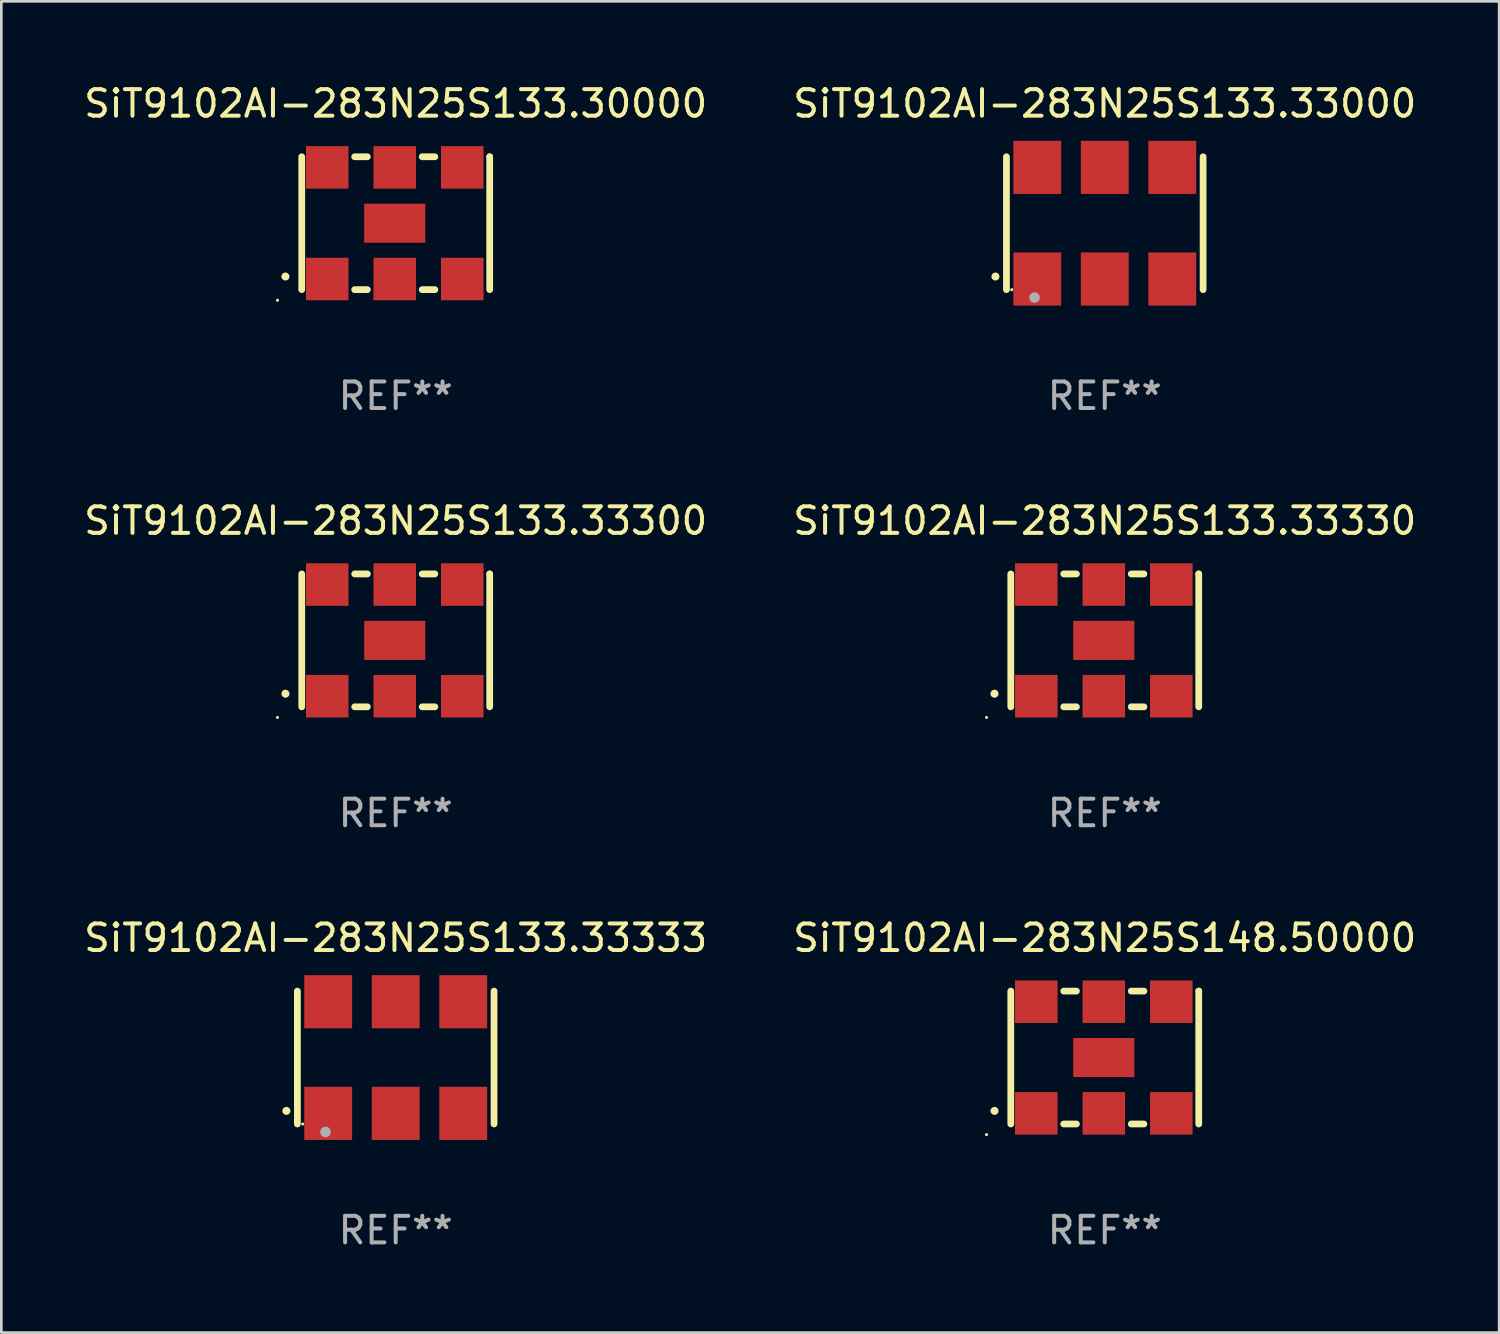
<source format=kicad_pcb>
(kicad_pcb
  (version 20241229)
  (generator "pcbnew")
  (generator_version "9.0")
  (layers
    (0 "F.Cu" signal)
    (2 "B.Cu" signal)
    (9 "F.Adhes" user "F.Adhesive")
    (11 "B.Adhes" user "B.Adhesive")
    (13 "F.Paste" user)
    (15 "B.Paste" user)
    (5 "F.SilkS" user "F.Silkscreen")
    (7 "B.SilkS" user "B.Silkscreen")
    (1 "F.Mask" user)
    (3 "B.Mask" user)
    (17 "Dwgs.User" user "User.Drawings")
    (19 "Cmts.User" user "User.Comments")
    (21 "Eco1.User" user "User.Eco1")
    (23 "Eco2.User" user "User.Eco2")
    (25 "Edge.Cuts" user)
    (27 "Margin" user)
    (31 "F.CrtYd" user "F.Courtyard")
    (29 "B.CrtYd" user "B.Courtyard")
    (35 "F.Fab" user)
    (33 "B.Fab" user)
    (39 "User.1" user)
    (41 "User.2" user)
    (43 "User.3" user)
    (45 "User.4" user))
  (footprint "SiT9102AI-283N25S133.33330"
    (layer "F.Cu")
    (at 38.518 21.045)
    (property "Reference" "SiT9102AI-283N25S133.33330" (at 0 -4.5 0) (layer "F.SilkS") (effects (font (size 1 1) (thickness 0.15))))
    (attr through_hole)
    (fp_line (start -3.536 -2.5) (end -3.536 2.5) (stroke (width 0.254) (type solid)) (layer "F.SilkS"))
    (fp_line (start -1.544 2.5) (end -1.067 2.5) (stroke (width 0.254) (type solid)) (layer "F.SilkS"))
    (fp_line (start -1.067 -2.5) (end -1.544 -2.5) (stroke (width 0.254) (type solid)) (layer "F.SilkS"))
    (fp_line (start 0.996 2.5) (end 1.473 2.5) (stroke (width 0.254) (type solid)) (layer "F.SilkS"))
    (fp_line (start 1.473 -2.5) (end 0.996 -2.5) (stroke (width 0.254) (type solid)) (layer "F.SilkS"))
    (fp_line (start 3.536 -2.5) (end 3.536 -2.5) (stroke (width 0.254) (type solid)) (layer "F.SilkS"))
    (fp_line (start 3.536 2.5) (end 3.536 -2.5) (stroke (width 0.254) (type solid)) (layer "F.SilkS"))
    (fp_arc (start -4.150432 2.006604) (mid -4.149162 2.006599) (end -4.147892 2.006604) (stroke (width 0.3) (type solid)) (layer "F.SilkS"))
    (fp_circle (center -4.449 2.9) (end -4.419 2.9) (stroke (width 0.06) (type solid)) (fill no) (layer "F.SilkS"))
    (fp_text user "REF**" (at 0 6.5 0) (layer "F.Fab") (effects (font (size 1 1) (thickness 0.15))))
    (pad "1" smd rect (at -2.576 2.1) (size 1.6 1.6) (layers "F.Cu" "F.Mask" "F.Paste"))
    (pad "2" smd rect (at -0.036 2.1) (size 1.6 1.6) (layers "F.Cu" "F.Mask" "F.Paste"))
    (pad "3" smd rect (at 2.504 2.1) (size 1.6 1.6) (layers "F.Cu" "F.Mask" "F.Paste"))
    (pad "4" smd rect (at 2.504 -2.1) (size 1.6 1.6) (layers "F.Cu" "F.Mask" "F.Paste"))
    (pad "5" smd rect (at -0.036 -2.1) (size 1.6 1.6) (layers "F.Cu" "F.Mask" "F.Paste"))
    (pad "6" smd rect (at -2.576 -2.1) (size 1.6 1.6) (layers "F.Cu" "F.Mask" "F.Paste"))
    (pad "7" smd rect (at -0.036 0) (size 2.3 1.47) (layers "F.Cu" "F.Mask" "F.Paste")))
  (footprint "SiT9102AI-283N25S133.33333"
    (layer "F.Cu")
    (at 11.839 36.741)
    (property "Reference" "SiT9102AI-283N25S133.33333" (at 0 -4.5 0) (layer "F.SilkS") (effects (font (size 1 1) (thickness 0.15))))
    (attr through_hole)
    (fp_line (start -3.7 -2.5) (end -3.7 2.5) (stroke (width 0.254) (type solid)) (layer "F.SilkS"))
    (fp_line (start 3.7 -2.5) (end 3.7 2.5) (stroke (width 0.254) (type solid)) (layer "F.SilkS"))
    (fp_arc (start -4.114415 2.006604) (mid -4.113145 2.006599) (end -4.111875 2.006604) (stroke (width 0.3) (type solid)) (layer "F.SilkS"))
    (fp_circle (center -3.5 2.501) (end -3.47 2.501) (stroke (width 0.06) (type solid)) (fill no) (layer "F.SilkS"))
    (fp_circle (center -2.641 2.799) (end -2.541 2.799) (stroke (width 0.2) (type solid)) (fill no) (layer "F.Fab"))
    (fp_text user "REF**" (at 0 6.5 0) (layer "F.Fab") (effects (font (size 1 1) (thickness 0.15))))
    (pad "1" smd rect (at -2.54 2.1) (size 1.8 2) (layers "F.Cu" "F.Mask" "F.Paste"))
    (pad "2" smd rect (at 0.000394 2.1) (size 1.8 2) (layers "F.Cu" "F.Mask" "F.Paste"))
    (pad "3" smd rect (at 2.54 2.1) (size 1.8 2) (layers "F.Cu" "F.Mask" "F.Paste"))
    (pad "4" smd rect (at 2.54 -2.1) (size 1.8 2) (layers "F.Cu" "F.Mask" "F.Paste"))
    (pad "5" smd rect (at 0.000394 -2.1) (size 1.8 2) (layers "F.Cu" "F.Mask" "F.Paste"))
    (pad "6" smd rect (at -2.54 -2.1) (size 1.8 2) (layers "F.Cu" "F.Mask" "F.Paste")))
  (footprint "SiT9102AI-283N25S133.33000"
    (layer "F.Cu")
    (at 38.518 5.348)
    (property "Reference" "SiT9102AI-283N25S133.33000" (at 0 -4.5 0) (layer "F.SilkS") (effects (font (size 1 1) (thickness 0.15))))
    (attr through_hole)
    (fp_line (start -3.7 -2.5) (end -3.7 2.5) (stroke (width 0.254) (type solid)) (layer "F.SilkS"))
    (fp_line (start 3.7 -2.5) (end 3.7 2.5) (stroke (width 0.254) (type solid)) (layer "F.SilkS"))
    (fp_arc (start -4.114415 2.006604) (mid -4.113145 2.006599) (end -4.111875 2.006604) (stroke (width 0.3) (type solid)) (layer "F.SilkS"))
    (fp_circle (center -3.5 2.501) (end -3.47 2.501) (stroke (width 0.06) (type solid)) (fill no) (layer "F.SilkS"))
    (fp_circle (center -2.641 2.799) (end -2.541 2.799) (stroke (width 0.2) (type solid)) (fill no) (layer "F.Fab"))
    (fp_text user "REF**" (at 0 6.5 0) (layer "F.Fab") (effects (font (size 1 1) (thickness 0.15))))
    (pad "1" smd rect (at -2.54 2.1) (size 1.8 2) (layers "F.Cu" "F.Mask" "F.Paste"))
    (pad "2" smd rect (at 0.000394 2.1) (size 1.8 2) (layers "F.Cu" "F.Mask" "F.Paste"))
    (pad "3" smd rect (at 2.54 2.1) (size 1.8 2) (layers "F.Cu" "F.Mask" "F.Paste"))
    (pad "4" smd rect (at 2.54 -2.1) (size 1.8 2) (layers "F.Cu" "F.Mask" "F.Paste"))
    (pad "5" smd rect (at 0.000394 -2.1) (size 1.8 2) (layers "F.Cu" "F.Mask" "F.Paste"))
    (pad "6" smd rect (at -2.54 -2.1) (size 1.8 2) (layers "F.Cu" "F.Mask" "F.Paste")))
  (footprint "SiT9102AI-283N25S133.30000"
    (layer "F.Cu")
    (at 11.839 5.348)
    (property "Reference" "SiT9102AI-283N25S133.30000" (at 0 -4.5 0) (layer "F.SilkS") (effects (font (size 1 1) (thickness 0.15))))
    (attr through_hole)
    (fp_line (start -3.536 -2.5) (end -3.536 2.5) (stroke (width 0.254) (type solid)) (layer "F.SilkS"))
    (fp_line (start -1.544 2.5) (end -1.067 2.5) (stroke (width 0.254) (type solid)) (layer "F.SilkS"))
    (fp_line (start -1.067 -2.5) (end -1.544 -2.5) (stroke (width 0.254) (type solid)) (layer "F.SilkS"))
    (fp_line (start 0.996 2.5) (end 1.473 2.5) (stroke (width 0.254) (type solid)) (layer "F.SilkS"))
    (fp_line (start 1.473 -2.5) (end 0.996 -2.5) (stroke (width 0.254) (type solid)) (layer "F.SilkS"))
    (fp_line (start 3.536 -2.5) (end 3.536 -2.5) (stroke (width 0.254) (type solid)) (layer "F.SilkS"))
    (fp_line (start 3.536 2.5) (end 3.536 -2.5) (stroke (width 0.254) (type solid)) (layer "F.SilkS"))
    (fp_arc (start -4.150432 2.006604) (mid -4.149162 2.006599) (end -4.147892 2.006604) (stroke (width 0.3) (type solid)) (layer "F.SilkS"))
    (fp_circle (center -4.449 2.9) (end -4.419 2.9) (stroke (width 0.06) (type solid)) (fill no) (layer "F.SilkS"))
    (fp_text user "REF**" (at 0 6.5 0) (layer "F.Fab") (effects (font (size 1 1) (thickness 0.15))))
    (pad "1" smd rect (at -2.576 2.1) (size 1.6 1.6) (layers "F.Cu" "F.Mask" "F.Paste"))
    (pad "2" smd rect (at -0.036 2.1) (size 1.6 1.6) (layers "F.Cu" "F.Mask" "F.Paste"))
    (pad "3" smd rect (at 2.504 2.1) (size 1.6 1.6) (layers "F.Cu" "F.Mask" "F.Paste"))
    (pad "4" smd rect (at 2.504 -2.1) (size 1.6 1.6) (layers "F.Cu" "F.Mask" "F.Paste"))
    (pad "5" smd rect (at -0.036 -2.1) (size 1.6 1.6) (layers "F.Cu" "F.Mask" "F.Paste"))
    (pad "6" smd rect (at -2.576 -2.1) (size 1.6 1.6) (layers "F.Cu" "F.Mask" "F.Paste"))
    (pad "7" smd rect (at -0.036 0) (size 2.3 1.47) (layers "F.Cu" "F.Mask" "F.Paste")))
  (footprint "SiT9102AI-283N25S133.33300"
    (layer "F.Cu")
    (at 11.839 21.045)
    (property "Reference" "SiT9102AI-283N25S133.33300" (at 0 -4.5 0) (layer "F.SilkS") (effects (font (size 1 1) (thickness 0.15))))
    (attr through_hole)
    (fp_line (start -3.536 -2.5) (end -3.536 2.5) (stroke (width 0.254) (type solid)) (layer "F.SilkS"))
    (fp_line (start -1.544 2.5) (end -1.067 2.5) (stroke (width 0.254) (type solid)) (layer "F.SilkS"))
    (fp_line (start -1.067 -2.5) (end -1.544 -2.5) (stroke (width 0.254) (type solid)) (layer "F.SilkS"))
    (fp_line (start 0.996 2.5) (end 1.473 2.5) (stroke (width 0.254) (type solid)) (layer "F.SilkS"))
    (fp_line (start 1.473 -2.5) (end 0.996 -2.5) (stroke (width 0.254) (type solid)) (layer "F.SilkS"))
    (fp_line (start 3.536 -2.5) (end 3.536 -2.5) (stroke (width 0.254) (type solid)) (layer "F.SilkS"))
    (fp_line (start 3.536 2.5) (end 3.536 -2.5) (stroke (width 0.254) (type solid)) (layer "F.SilkS"))
    (fp_arc (start -4.150432 2.006604) (mid -4.149162 2.006599) (end -4.147892 2.006604) (stroke (width 0.3) (type solid)) (layer "F.SilkS"))
    (fp_circle (center -4.449 2.9) (end -4.419 2.9) (stroke (width 0.06) (type solid)) (fill no) (layer "F.SilkS"))
    (fp_text user "REF**" (at 0 6.5 0) (layer "F.Fab") (effects (font (size 1 1) (thickness 0.15))))
    (pad "1" smd rect (at -2.576 2.1) (size 1.6 1.6) (layers "F.Cu" "F.Mask" "F.Paste"))
    (pad "2" smd rect (at -0.036 2.1) (size 1.6 1.6) (layers "F.Cu" "F.Mask" "F.Paste"))
    (pad "3" smd rect (at 2.504 2.1) (size 1.6 1.6) (layers "F.Cu" "F.Mask" "F.Paste"))
    (pad "4" smd rect (at 2.504 -2.1) (size 1.6 1.6) (layers "F.Cu" "F.Mask" "F.Paste"))
    (pad "5" smd rect (at -0.036 -2.1) (size 1.6 1.6) (layers "F.Cu" "F.Mask" "F.Paste"))
    (pad "6" smd rect (at -2.576 -2.1) (size 1.6 1.6) (layers "F.Cu" "F.Mask" "F.Paste"))
    (pad "7" smd rect (at -0.036 0) (size 2.3 1.47) (layers "F.Cu" "F.Mask" "F.Paste")))
  (footprint "SiT9102AI-283N25S148.50000"
    (layer "F.Cu")
    (at 38.518 36.741)
    (property "Reference" "SiT9102AI-283N25S148.50000" (at 0 -4.5 0) (layer "F.SilkS") (effects (font (size 1 1) (thickness 0.15))))
    (attr through_hole)
    (fp_line (start -3.536 -2.5) (end -3.536 2.5) (stroke (width 0.254) (type solid)) (layer "F.SilkS"))
    (fp_line (start -1.544 2.5) (end -1.067 2.5) (stroke (width 0.254) (type solid)) (layer "F.SilkS"))
    (fp_line (start -1.067 -2.5) (end -1.544 -2.5) (stroke (width 0.254) (type solid)) (layer "F.SilkS"))
    (fp_line (start 0.996 2.5) (end 1.473 2.5) (stroke (width 0.254) (type solid)) (layer "F.SilkS"))
    (fp_line (start 1.473 -2.5) (end 0.996 -2.5) (stroke (width 0.254) (type solid)) (layer "F.SilkS"))
    (fp_line (start 3.536 -2.5) (end 3.536 -2.5) (stroke (width 0.254) (type solid)) (layer "F.SilkS"))
    (fp_line (start 3.536 2.5) (end 3.536 -2.5) (stroke (width 0.254) (type solid)) (layer "F.SilkS"))
    (fp_arc (start -4.150432 2.006604) (mid -4.149162 2.006599) (end -4.147892 2.006604) (stroke (width 0.3) (type solid)) (layer "F.SilkS"))
    (fp_circle (center -4.449 2.9) (end -4.419 2.9) (stroke (width 0.06) (type solid)) (fill no) (layer "F.SilkS"))
    (fp_text user "REF**" (at 0 6.5 0) (layer "F.Fab") (effects (font (size 1 1) (thickness 0.15))))
    (pad "1" smd rect (at -2.576 2.1) (size 1.6 1.6) (layers "F.Cu" "F.Mask" "F.Paste"))
    (pad "2" smd rect (at -0.036 2.1) (size 1.6 1.6) (layers "F.Cu" "F.Mask" "F.Paste"))
    (pad "3" smd rect (at 2.504 2.1) (size 1.6 1.6) (layers "F.Cu" "F.Mask" "F.Paste"))
    (pad "4" smd rect (at 2.504 -2.1) (size 1.6 1.6) (layers "F.Cu" "F.Mask" "F.Paste"))
    (pad "5" smd rect (at -0.036 -2.1) (size 1.6 1.6) (layers "F.Cu" "F.Mask" "F.Paste"))
    (pad "6" smd rect (at -2.576 -2.1) (size 1.6 1.6) (layers "F.Cu" "F.Mask" "F.Paste"))
    (pad "7" smd rect (at -0.036 0) (size 2.3 1.47) (layers "F.Cu" "F.Mask" "F.Paste")))
  (gr_rect
    (start -3 -3)
    (end 53.357 47.09)
    (stroke (width 0.1) (type default))
    (fill no)
    (layer "Edge.Cuts")))
</source>
